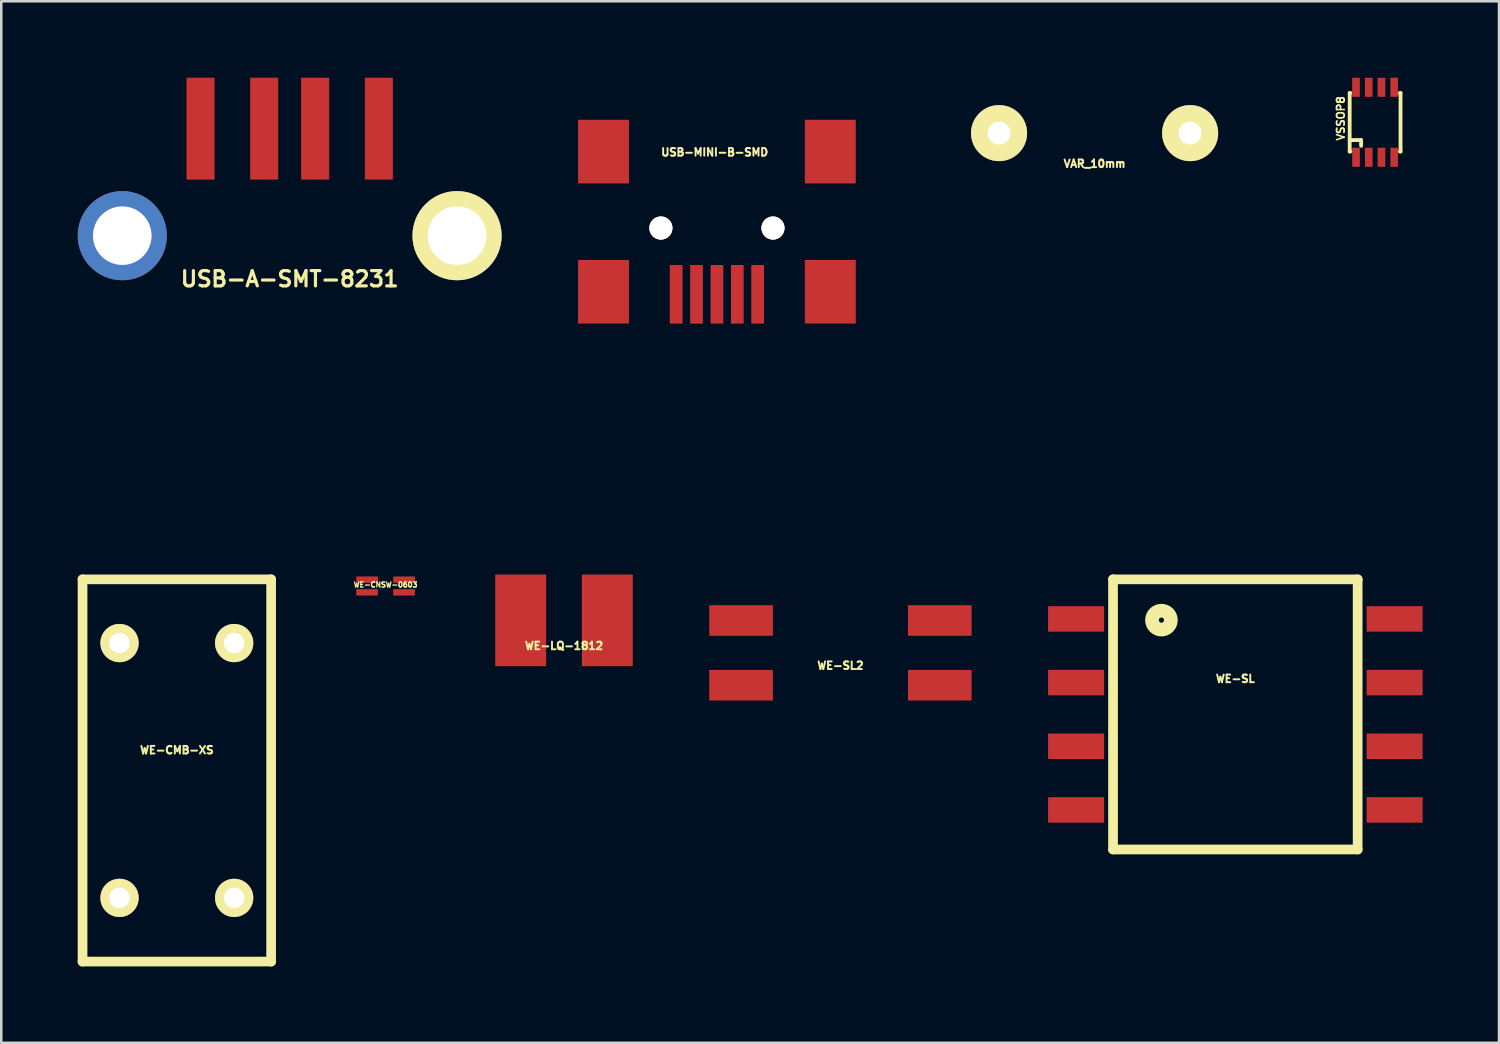
<source format=kicad_pcb>
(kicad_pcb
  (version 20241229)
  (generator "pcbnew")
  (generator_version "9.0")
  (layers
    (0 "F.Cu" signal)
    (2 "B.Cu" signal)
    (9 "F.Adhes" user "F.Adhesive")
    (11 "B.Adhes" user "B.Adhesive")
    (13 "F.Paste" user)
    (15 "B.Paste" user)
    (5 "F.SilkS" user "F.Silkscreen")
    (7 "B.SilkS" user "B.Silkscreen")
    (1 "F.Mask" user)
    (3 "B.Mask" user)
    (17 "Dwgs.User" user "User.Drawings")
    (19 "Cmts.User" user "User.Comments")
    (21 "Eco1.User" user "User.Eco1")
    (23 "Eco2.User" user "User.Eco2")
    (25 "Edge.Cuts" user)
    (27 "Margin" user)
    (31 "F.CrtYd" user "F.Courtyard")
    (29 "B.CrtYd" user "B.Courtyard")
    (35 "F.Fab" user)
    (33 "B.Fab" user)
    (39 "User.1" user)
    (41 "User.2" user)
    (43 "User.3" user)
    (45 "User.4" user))
  (footprint "USB-A-SMT-8231"
    (layer "F.Cu")
    (at 8.32 6.2)
    (property "Reference" "USB-A-SMT-8231" (at 0 1.7 0) (layer "F.SilkS") (effects (font (size 0.599 0.599) (thickness 0.124))))
    (attr smd)
    (fp_line (start -7.2 -4.1) (end 7.2 -4.1) (stroke (width 0.001) (type solid)) (layer "F.SilkS"))
    (fp_line (start -7.2 10.3) (end -7.2 -4.1) (stroke (width 0.001) (type solid)) (layer "F.SilkS"))
    (fp_line (start 7.2 -4.1) (end 7.2 10.3) (stroke (width 0.001) (type solid)) (layer "F.SilkS"))
    (fp_line (start 7.2 10.3) (end -7.2 10.3) (stroke (width 0.001) (type solid)) (layer "F.SilkS"))
    (pad "" thru_hole circle (at -6.57 0) (size 3.5 3.5) (drill 2.3) (layers "*.Cu" "*.Mask"))
    (pad "1" smd rect (at -3.5 -4.2) (size 1.1 4) (layers "F.Cu" "F.Mask" "F.Paste"))
    (pad "2" smd rect (at -1 -4.2) (size 1.1 4) (layers "F.Cu" "F.Mask" "F.Paste"))
    (pad "3" smd rect (at 1 -4.2) (size 1.1 4) (layers "F.Cu" "F.Mask" "F.Paste"))
    (pad "4" smd rect (at 3.5 -4.2) (size 1.1 4) (layers "F.Cu" "F.Mask" "F.Paste"))
    (pad "SHD" thru_hole circle (at 6.57 0) (size 3.5 3.5) (drill 2.3) (layers "*.Cu" "*.Mask" "F.SilkS")))
  (footprint "VSSOP8"
    (layer "F.Cu")
    (at 50.925 1.749)
    (property "Reference" "VSSOP8" (at -1.349 -0.15 90) (layer "F.SilkS") (effects (font (size 0.3 0.3) (thickness 0.064))))
    (attr through_hole)
    (fp_line (start -0.998 -1.148) (end -0.998 1.148) (stroke (width 0.15) (type solid)) (layer "F.SilkS"))
    (fp_line (start -0.998 -1.148) (end -0.973 -1.148) (stroke (width 0.15) (type solid)) (layer "F.SilkS"))
    (fp_line (start -0.998 0.699) (end -0.549 0.699) (stroke (width 0.15) (type solid)) (layer "F.SilkS"))
    (fp_line (start -0.998 1.148) (end -0.973 1.148) (stroke (width 0.15) (type solid)) (layer "F.SilkS"))
    (fp_line (start -0.549 0.699) (end -0.549 0.925) (stroke (width 0.15) (type solid)) (layer "F.SilkS"))
    (fp_line (start 0.973 -1.148) (end 0.998 -1.148) (stroke (width 0.15) (type solid)) (layer "F.SilkS"))
    (fp_line (start 0.973 1.148) (end 0.998 1.148) (stroke (width 0.15) (type solid)) (layer "F.SilkS"))
    (fp_line (start 0.998 -1.148) (end 0.998 1.148) (stroke (width 0.15) (type solid)) (layer "F.SilkS"))
    (pad "1" smd rect (at -0.749 1.374 180) (size 0.3 0.749) (layers "F.Cu" "F.Mask" "F.Paste"))
    (pad "2" smd rect (at -0.249 1.374 180) (size 0.3 0.749) (layers "F.Cu" "F.Mask" "F.Paste"))
    (pad "3" smd rect (at 0.249 1.374 180) (size 0.3 0.749) (layers "F.Cu" "F.Mask" "F.Paste"))
    (pad "4" smd rect (at 0.749 1.374 180) (size 0.3 0.749) (layers "F.Cu" "F.Mask" "F.Paste"))
    (pad "5" smd rect (at 0.749 -1.374) (size 0.3 0.749) (layers "F.Cu" "F.Mask" "F.Paste"))
    (pad "6" smd rect (at 0.249 -1.374) (size 0.3 0.749) (layers "F.Cu" "F.Mask" "F.Paste"))
    (pad "7" smd rect (at -0.249 -1.374) (size 0.3 0.749) (layers "F.Cu" "F.Mask" "F.Paste"))
    (pad "8" smd rect (at -0.749 -1.374) (size 0.3 0.749) (layers "F.Cu" "F.Mask" "F.Paste")))
  (footprint "USB-MINI-B-SMD"
    (layer "F.Cu")
    (at 25.09 0.651)
    (property "Reference" "USB-MINI-B-SMD" (at -0.089 2.275 0) (layer "F.SilkS") (effects (font (size 0.3 0.3) (thickness 0.076))))
    (attr smd)
    (fp_line (start -3.851 -0.65) (end 3.851 -0.65) (stroke (width 0.001) (type solid)) (layer "F.SilkS"))
    (fp_line (start -3.851 8.55) (end -3.851 -0.65) (stroke (width 0.001) (type solid)) (layer "F.SilkS"))
    (fp_line (start 3.851 -0.65) (end 3.851 8.55) (stroke (width 0.001) (type solid)) (layer "F.SilkS"))
    (fp_line (start 3.851 8.55) (end -3.851 8.55) (stroke (width 0.001) (type solid)) (layer "F.SilkS"))
    (pad "" smd rect (at -4.45 2.25) (size 1.999 2.499) (layers "F.Cu" "F.Mask" "F.Paste"))
    (pad "" thru_hole circle (at -2.2 5.25) (size 0.909 0.909) (drill 0.899) (layers "*.Cu" "*.Mask" "F.SilkS"))
    (pad "" thru_hole circle (at 2.2 5.25) (size 0.909 0.909) (drill 0.899) (layers "*.Cu" "*.Mask" "F.SilkS"))
    (pad "" smd rect (at 4.45 2.25) (size 1.999 2.499) (layers "F.Cu" "F.Mask" "F.Paste"))
    (pad "" smd rect (at 4.45 7.75) (size 1.999 2.499) (layers "F.Cu" "F.Mask" "F.Paste"))
    (pad "1" smd rect (at 1.6 7.851) (size 0.5 2.301) (layers "F.Cu" "F.Mask" "F.Paste"))
    (pad "2" smd rect (at 0.8 7.851) (size 0.5 2.301) (layers "F.Cu" "F.Mask" "F.Paste"))
    (pad "3" smd rect (at 0 7.851) (size 0.5 2.301) (layers "F.Cu" "F.Mask" "F.Paste"))
    (pad "4" smd rect (at -0.8 7.851) (size 0.5 2.301) (layers "F.Cu" "F.Mask" "F.Paste"))
    (pad "5" smd rect (at -1.6 7.851) (size 0.5 2.301) (layers "F.Cu" "F.Mask" "F.Paste"))
    (pad "6" smd rect (at -4.45 7.75) (size 1.999 2.499) (layers "F.Cu" "F.Mask" "F.Paste")))
  (footprint "VAR_10mm"
    (layer "F.Cu")
    (at 39.914 2.175)
    (property "Reference" "VAR_10mm" (at 0 1.2 0) (layer "F.SilkS") (effects (font (size 0.3 0.3) (thickness 0.075))))
    (attr through_hole)
    (fp_line (start -6.3 -2.1) (end -6.3 2.1) (stroke (width 0.15) (type solid)) (layer "Eco2.User"))
    (fp_line (start -6.3 2.1) (end 6.3 2.1) (stroke (width 0.15) (type solid)) (layer "Eco2.User"))
    (fp_line (start 6.3 -2.1) (end -6.3 -2.1) (stroke (width 0.15) (type solid)) (layer "Eco2.User"))
    (fp_line (start 6.3 2.1) (end 6.3 -2.1) (stroke (width 0.15) (type solid)) (layer "Eco2.User"))
    (pad "1" thru_hole circle (at -3.75 0) (size 2.2 2.2) (drill 0.9) (layers "*.Cu" "*.Mask" "F.SilkS"))
    (pad "2" thru_hole circle (at 3.75 0) (size 2.2 2.2) (drill 0.9) (layers "*.Cu" "*.Mask" "F.SilkS")))
  (footprint "WE-SL2"
    (layer "F.Cu")
    (at 29.938 22.576)
    (property "Reference" "WE-SL2" (at 0 0.5 0) (layer "F.SilkS") (effects (font (size 0.3 0.3) (thickness 0.075))))
    (attr through_hole)
    (fp_line (start -4.6 -3) (end -4.6 3) (stroke (width 0.15) (type solid)) (layer "Eco2.User"))
    (fp_line (start -4.6 3) (end 4.6 3) (stroke (width 0.15) (type solid)) (layer "Eco2.User"))
    (fp_line (start 4.6 -3) (end -4.6 -3) (stroke (width 0.15) (type solid)) (layer "Eco2.User"))
    (fp_line (start 4.6 3) (end 4.6 -3) (stroke (width 0.15) (type solid)) (layer "Eco2.User"))
    (fp_circle (center -1.4 1.3) (end -1.1 1.8) (stroke (width 0.15) (type solid)) (fill no) (layer "Eco2.User"))
    (pad "1" smd rect (at -3.9 1.27) (size 2.5 1.2) (layers "F.Cu" "F.Mask" "F.Paste"))
    (pad "2" smd rect (at 3.9 1.27) (size 2.5 1.2) (layers "F.Cu" "F.Mask" "F.Paste"))
    (pad "3" smd rect (at 3.9 -1.27) (size 2.5 1.2) (layers "F.Cu" "F.Mask" "F.Paste"))
    (pad "4" smd rect (at -3.9 -1.27) (size 2.5 1.2) (layers "F.Cu" "F.Mask" "F.Paste")))
  (footprint "WE-LQ-1812"
    (layer "F.Cu")
    (at 19.088 21.3)
    (property "Reference" "WE-LQ-1812" (at 0 1 0) (layer "F.SilkS") (effects (font (size 0.3 0.3) (thickness 0.075))))
    (attr through_hole)
    (fp_line (start -2.3 -1.6) (end 2.3 -1.6) (stroke (width 0.15) (type solid)) (layer "Eco2.User"))
    (fp_line (start -2.3 1.6) (end -2.3 -1.6) (stroke (width 0.15) (type solid)) (layer "Eco2.User"))
    (fp_line (start 2.3 -1.6) (end 2.3 1.6) (stroke (width 0.15) (type solid)) (layer "Eco2.User"))
    (fp_line (start 2.3 1.6) (end -2.3 1.6) (stroke (width 0.15) (type solid)) (layer "Eco2.User"))
    (pad "1" smd rect (at -1.7 0) (size 2 3.6) (layers "F.Cu" "F.Mask" "F.Paste"))
    (pad "2" smd rect (at 1.7 0) (size 2 3.6) (layers "F.Cu" "F.Mask" "F.Paste")))
  (footprint "WE-CMB-XS"
    (layer "F.Cu")
    (at 3.891 27.192)
    (property "Reference" "WE-CMB-XS" (at 0 -0.8 0) (layer "F.SilkS") (effects (font (size 0.3 0.3) (thickness 0.076))))
    (attr through_hole)
    (fp_line (start -3.701 -7.501) (end 3.701 -7.501) (stroke (width 0.381) (type solid)) (layer "F.SilkS"))
    (fp_line (start -3.701 7.501) (end -3.701 -7.501) (stroke (width 0.381) (type solid)) (layer "F.SilkS"))
    (fp_line (start 3.701 -7.501) (end 3.701 7.501) (stroke (width 0.381) (type solid)) (layer "F.SilkS"))
    (fp_line (start 3.701 7.501) (end -3.701 7.501) (stroke (width 0.381) (type solid)) (layer "F.SilkS"))
    (pad "1" thru_hole circle (at -2.25 -5.001) (size 1.501 1.501) (drill 0.8) (layers "*.Cu" "*.Mask" "F.SilkS"))
    (pad "2" thru_hole circle (at 2.25 -5.001) (size 1.501 1.501) (drill 0.8) (layers "*.Cu" "*.Mask" "F.SilkS"))
    (pad "3" thru_hole circle (at 2.25 5.001) (size 1.501 1.501) (drill 0.8) (layers "*.Cu" "*.Mask" "F.SilkS"))
    (pad "4" thru_hole circle (at -2.25 5.001) (size 1.501 1.501) (drill 0.8) (layers "*.Cu" "*.Mask" "F.SilkS")))
  (footprint "WE-SL"
    (layer "F.Cu")
    (at 45.439 24.992)
    (property "Reference" "WE-SL" (at 0 -1.4 0) (layer "F.SilkS") (effects (font (size 0.3 0.3) (thickness 0.076))))
    (attr through_hole)
    (fp_line (start -4.801 -5.301) (end 4.801 -5.301) (stroke (width 0.381) (type solid)) (layer "F.SilkS"))
    (fp_line (start -4.801 5.301) (end -4.801 -5.301) (stroke (width 0.381) (type solid)) (layer "F.SilkS"))
    (fp_line (start 4.801 -5.301) (end 4.801 5.301) (stroke (width 0.381) (type solid)) (layer "F.SilkS"))
    (fp_line (start 4.801 5.301) (end -4.801 5.301) (stroke (width 0.381) (type solid)) (layer "F.SilkS"))
    (fp_circle (center -2.901 -3.701) (end -2.799 -3.701) (stroke (width 0.381) (type solid)) (fill no) (layer "F.SilkS"))
    (fp_circle (center -2.901 -3.701) (end -2.7 -3.299) (stroke (width 0.381) (type solid)) (fill no) (layer "F.SilkS"))
    (pad "1" smd rect (at -6.251 -3.749) (size 2.2 1.001) (layers "F.Cu" "F.Mask" "F.Paste"))
    (pad "2" smd rect (at -6.251 -1.25) (size 2.2 1.001) (layers "F.Cu" "F.Mask" "F.Paste"))
    (pad "3" smd rect (at -6.251 1.25) (size 2.2 1.001) (layers "F.Cu" "F.Mask" "F.Paste"))
    (pad "4" smd rect (at -6.251 3.749) (size 2.2 1.001) (layers "F.Cu" "F.Mask" "F.Paste"))
    (pad "5" smd rect (at 6.251 3.749) (size 2.2 1.001) (layers "F.Cu" "F.Mask" "F.Paste"))
    (pad "6" smd rect (at 6.251 1.25) (size 2.2 1.001) (layers "F.Cu" "F.Mask" "F.Paste"))
    (pad "7" smd rect (at 6.251 -1.25) (size 2.2 1.001) (layers "F.Cu" "F.Mask" "F.Paste"))
    (pad "8" smd rect (at 6.251 -3.749) (size 2.2 1.001) (layers "F.Cu" "F.Mask" "F.Paste")))
  (footprint "WE-CNSW-0603"
    (layer "F.Cu")
    (at 12.085 19.951)
    (property "Reference" "WE-CNSW-0603" (at 0 -0.05 0) (layer "F.SilkS") (effects (font (size 0.2 0.2) (thickness 0.05))))
    (attr smd)
    (fp_line (start -0.8 -0.45) (end -0.8 0.45) (stroke (width 0.001) (type solid)) (layer "F.SilkS"))
    (fp_line (start -0.8 0.45) (end 0.8 0.45) (stroke (width 0.001) (type solid)) (layer "F.SilkS"))
    (fp_line (start 0.8 -0.45) (end -0.8 -0.45) (stroke (width 0.001) (type solid)) (layer "F.SilkS"))
    (fp_line (start 0.8 0.45) (end 0.8 -0.45) (stroke (width 0.001) (type solid)) (layer "F.SilkS"))
    (pad "1" smd rect (at -0.725 -0.25) (size 0.85 0.25) (layers "F.Cu" "F.Mask" "F.Paste"))
    (pad "2" smd rect (at 0.725 -0.25) (size 0.85 0.25) (layers "F.Cu" "F.Mask" "F.Paste"))
    (pad "3" smd rect (at 0.725 0.25) (size 0.85 0.25) (layers "F.Cu" "F.Mask" "F.Paste"))
    (pad "4" smd rect (at -0.725 0.25) (size 0.85 0.25) (layers "F.Cu" "F.Mask" "F.Paste")))
  (gr_rect
    (start -3 -3)
    (end 55.789 37.883)
    (stroke (width 0.1) (type default))
    (fill no)
    (layer "Edge.Cuts")))
</source>
